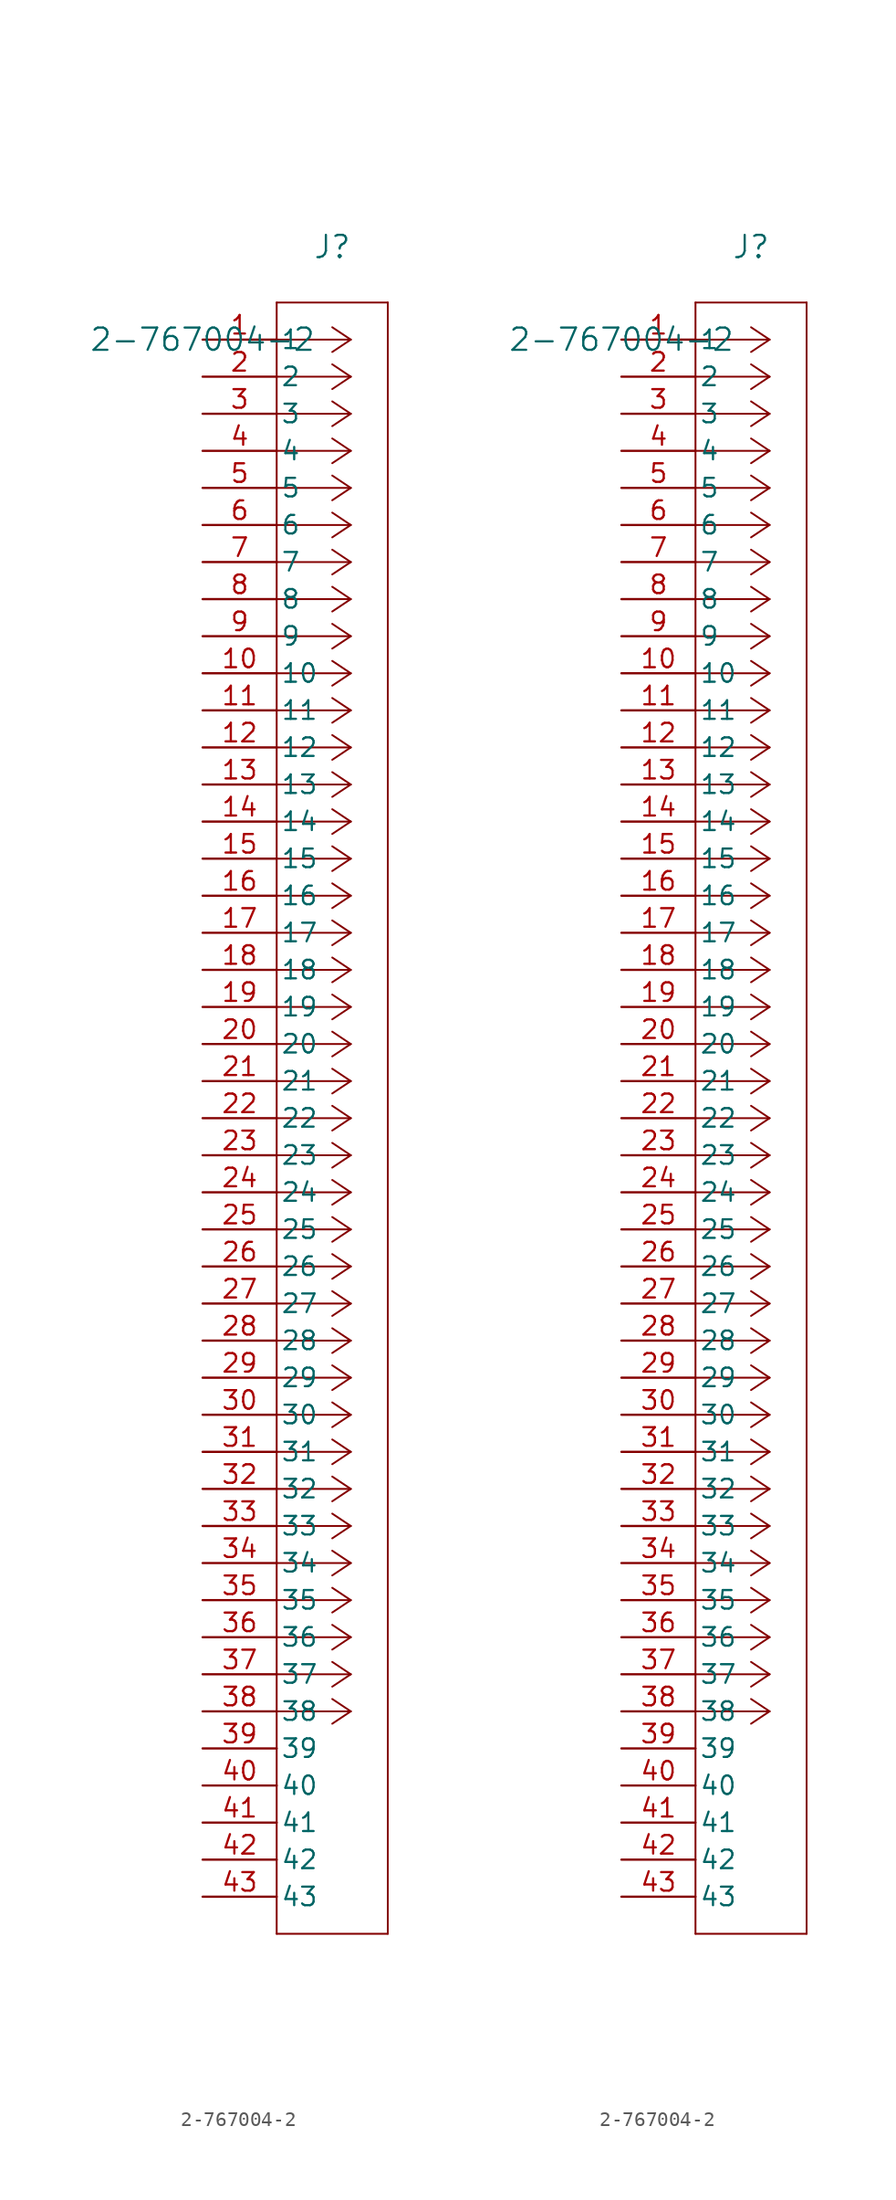
<source format=kicad_sym>
(kicad_symbol_lib
  (version 20211014)
  (generator kicad_symbol_editor)
  (symbol "2-767004-2"
    (pin_names
      (offset 0.254))
    (property "Reference" "J"
      (at 8.89 6.35 0)
      (effects (font (size 1.524 1.524))))
    (property "Value" "2-767004-2"
      (at 0 0 0)
      (effects (font (size 1.524 1.524))))
    (symbol "2-767004-2_1_1"
      (polyline (pts (xy 10.16 0) (xy 5.08 0)) (stroke (width 0.127) (type default) (color 0 0 0 0)) (fill (type none)))
      (polyline (pts (xy 10.16 -2.54) (xy 5.08 -2.54)) (stroke (width 0.127) (type default) (color 0 0 0 0)) (fill (type none)))
      (polyline (pts (xy 10.16 -5.08) (xy 5.08 -5.08)) (stroke (width 0.127) (type default) (color 0 0 0 0)) (fill (type none)))
      (polyline (pts (xy 10.16 -7.62) (xy 5.08 -7.62)) (stroke (width 0.127) (type default) (color 0 0 0 0)) (fill (type none)))
      (polyline (pts (xy 10.16 -10.16) (xy 5.08 -10.16)) (stroke (width 0.127) (type default) (color 0 0 0 0)) (fill (type none)))
      (polyline (pts (xy 10.16 -12.7) (xy 5.08 -12.7)) (stroke (width 0.127) (type default) (color 0 0 0 0)) (fill (type none)))
      (polyline (pts (xy 10.16 -15.24) (xy 5.08 -15.24)) (stroke (width 0.127) (type default) (color 0 0 0 0)) (fill (type none)))
      (polyline (pts (xy 10.16 -17.78) (xy 5.08 -17.78)) (stroke (width 0.127) (type default) (color 0 0 0 0)) (fill (type none)))
      (polyline (pts (xy 10.16 -20.32) (xy 5.08 -20.32)) (stroke (width 0.127) (type default) (color 0 0 0 0)) (fill (type none)))
      (polyline (pts (xy 10.16 -22.86) (xy 5.08 -22.86)) (stroke (width 0.127) (type default) (color 0 0 0 0)) (fill (type none)))
      (polyline (pts (xy 10.16 -25.4) (xy 5.08 -25.4)) (stroke (width 0.127) (type default) (color 0 0 0 0)) (fill (type none)))
      (polyline (pts (xy 10.16 -27.94) (xy 5.08 -27.94)) (stroke (width 0.127) (type default) (color 0 0 0 0)) (fill (type none)))
      (polyline (pts (xy 10.16 -30.48) (xy 5.08 -30.48)) (stroke (width 0.127) (type default) (color 0 0 0 0)) (fill (type none)))
      (polyline (pts (xy 10.16 -33.02) (xy 5.08 -33.02)) (stroke (width 0.127) (type default) (color 0 0 0 0)) (fill (type none)))
      (polyline (pts (xy 10.16 -35.56) (xy 5.08 -35.56)) (stroke (width 0.127) (type default) (color 0 0 0 0)) (fill (type none)))
      (polyline (pts (xy 10.16 -38.1) (xy 5.08 -38.1)) (stroke (width 0.127) (type default) (color 0 0 0 0)) (fill (type none)))
      (polyline (pts (xy 10.16 -40.64) (xy 5.08 -40.64)) (stroke (width 0.127) (type default) (color 0 0 0 0)) (fill (type none)))
      (polyline (pts (xy 10.16 -43.18) (xy 5.08 -43.18)) (stroke (width 0.127) (type default) (color 0 0 0 0)) (fill (type none)))
      (polyline (pts (xy 10.16 -45.72) (xy 5.08 -45.72)) (stroke (width 0.127) (type default) (color 0 0 0 0)) (fill (type none)))
      (polyline (pts (xy 10.16 -48.26) (xy 5.08 -48.26)) (stroke (width 0.127) (type default) (color 0 0 0 0)) (fill (type none)))
      (polyline (pts (xy 10.16 -50.8) (xy 5.08 -50.8)) (stroke (width 0.127) (type default) (color 0 0 0 0)) (fill (type none)))
      (polyline (pts (xy 10.16 -53.34) (xy 5.08 -53.34)) (stroke (width 0.127) (type default) (color 0 0 0 0)) (fill (type none)))
      (polyline (pts (xy 10.16 -55.88) (xy 5.08 -55.88)) (stroke (width 0.127) (type default) (color 0 0 0 0)) (fill (type none)))
      (polyline (pts (xy 10.16 -58.42) (xy 5.08 -58.42)) (stroke (width 0.127) (type default) (color 0 0 0 0)) (fill (type none)))
      (polyline (pts (xy 10.16 -60.96) (xy 5.08 -60.96)) (stroke (width 0.127) (type default) (color 0 0 0 0)) (fill (type none)))
      (polyline (pts (xy 10.16 -63.5) (xy 5.08 -63.5)) (stroke (width 0.127) (type default) (color 0 0 0 0)) (fill (type none)))
      (polyline (pts (xy 10.16 -66.04) (xy 5.08 -66.04)) (stroke (width 0.127) (type default) (color 0 0 0 0)) (fill (type none)))
      (polyline (pts (xy 10.16 -68.58) (xy 5.08 -68.58)) (stroke (width 0.127) (type default) (color 0 0 0 0)) (fill (type none)))
      (polyline (pts (xy 10.16 -71.12) (xy 5.08 -71.12)) (stroke (width 0.127) (type default) (color 0 0 0 0)) (fill (type none)))
      (polyline (pts (xy 10.16 -73.66) (xy 5.08 -73.66)) (stroke (width 0.127) (type default) (color 0 0 0 0)) (fill (type none)))
      (polyline (pts (xy 10.16 -76.2) (xy 5.08 -76.2)) (stroke (width 0.127) (type default) (color 0 0 0 0)) (fill (type none)))
      (polyline (pts (xy 10.16 -78.74) (xy 5.08 -78.74)) (stroke (width 0.127) (type default) (color 0 0 0 0)) (fill (type none)))
      (polyline (pts (xy 10.16 -81.28) (xy 5.08 -81.28)) (stroke (width 0.127) (type default) (color 0 0 0 0)) (fill (type none)))
      (polyline (pts (xy 10.16 -83.82) (xy 5.08 -83.82)) (stroke (width 0.127) (type default) (color 0 0 0 0)) (fill (type none)))
      (polyline (pts (xy 10.16 -86.36) (xy 5.08 -86.36)) (stroke (width 0.127) (type default) (color 0 0 0 0)) (fill (type none)))
      (polyline (pts (xy 10.16 -88.9) (xy 5.08 -88.9)) (stroke (width 0.127) (type default) (color 0 0 0 0)) (fill (type none)))
      (polyline (pts (xy 10.16 -91.44) (xy 5.08 -91.44)) (stroke (width 0.127) (type default) (color 0 0 0 0)) (fill (type none)))
      (polyline (pts (xy 10.16 -93.98) (xy 5.08 -93.98)) (stroke (width 0.127) (type default) (color 0 0 0 0)) (fill (type none)))
      (polyline (pts (xy 10.16 0) (xy 8.89 0.847)) (stroke (width 0.127) (type default) (color 0 0 0 0)) (fill (type none)))
      (polyline (pts (xy 10.16 -2.54) (xy 8.89 -1.693)) (stroke (width 0.127) (type default) (color 0 0 0 0)) (fill (type none)))
      (polyline (pts (xy 10.16 -5.08) (xy 8.89 -4.233)) (stroke (width 0.127) (type default) (color 0 0 0 0)) (fill (type none)))
      (polyline (pts (xy 10.16 -7.62) (xy 8.89 -6.773)) (stroke (width 0.127) (type default) (color 0 0 0 0)) (fill (type none)))
      (polyline (pts (xy 10.16 -10.16) (xy 8.89 -9.313)) (stroke (width 0.127) (type default) (color 0 0 0 0)) (fill (type none)))
      (polyline (pts (xy 10.16 -12.7) (xy 8.89 -11.853)) (stroke (width 0.127) (type default) (color 0 0 0 0)) (fill (type none)))
      (polyline (pts (xy 10.16 -15.24) (xy 8.89 -14.393)) (stroke (width 0.127) (type default) (color 0 0 0 0)) (fill (type none)))
      (polyline (pts (xy 10.16 -17.78) (xy 8.89 -16.933)) (stroke (width 0.127) (type default) (color 0 0 0 0)) (fill (type none)))
      (polyline (pts (xy 10.16 -20.32) (xy 8.89 -19.473)) (stroke (width 0.127) (type default) (color 0 0 0 0)) (fill (type none)))
      (polyline (pts (xy 10.16 -22.86) (xy 8.89 -22.013)) (stroke (width 0.127) (type default) (color 0 0 0 0)) (fill (type none)))
      (polyline (pts (xy 10.16 -25.4) (xy 8.89 -24.553)) (stroke (width 0.127) (type default) (color 0 0 0 0)) (fill (type none)))
      (polyline (pts (xy 10.16 -27.94) (xy 8.89 -27.093)) (stroke (width 0.127) (type default) (color 0 0 0 0)) (fill (type none)))
      (polyline (pts (xy 10.16 -30.48) (xy 8.89 -29.633)) (stroke (width 0.127) (type default) (color 0 0 0 0)) (fill (type none)))
      (polyline (pts (xy 10.16 -33.02) (xy 8.89 -32.173)) (stroke (width 0.127) (type default) (color 0 0 0 0)) (fill (type none)))
      (polyline (pts (xy 10.16 -35.56) (xy 8.89 -34.713)) (stroke (width 0.127) (type default) (color 0 0 0 0)) (fill (type none)))
      (polyline (pts (xy 10.16 -38.1) (xy 8.89 -37.253)) (stroke (width 0.127) (type default) (color 0 0 0 0)) (fill (type none)))
      (polyline (pts (xy 10.16 -40.64) (xy 8.89 -39.793)) (stroke (width 0.127) (type default) (color 0 0 0 0)) (fill (type none)))
      (polyline (pts (xy 10.16 -43.18) (xy 8.89 -42.333)) (stroke (width 0.127) (type default) (color 0 0 0 0)) (fill (type none)))
      (polyline (pts (xy 10.16 -45.72) (xy 8.89 -44.873)) (stroke (width 0.127) (type default) (color 0 0 0 0)) (fill (type none)))
      (polyline (pts (xy 10.16 -48.26) (xy 8.89 -47.413)) (stroke (width 0.127) (type default) (color 0 0 0 0)) (fill (type none)))
      (polyline (pts (xy 10.16 -50.8) (xy 8.89 -49.953)) (stroke (width 0.127) (type default) (color 0 0 0 0)) (fill (type none)))
      (polyline (pts (xy 10.16 -53.34) (xy 8.89 -52.493)) (stroke (width 0.127) (type default) (color 0 0 0 0)) (fill (type none)))
      (polyline (pts (xy 10.16 -55.88) (xy 8.89 -55.033)) (stroke (width 0.127) (type default) (color 0 0 0 0)) (fill (type none)))
      (polyline (pts (xy 10.16 -58.42) (xy 8.89 -57.573)) (stroke (width 0.127) (type default) (color 0 0 0 0)) (fill (type none)))
      (polyline (pts (xy 10.16 -60.96) (xy 8.89 -60.113)) (stroke (width 0.127) (type default) (color 0 0 0 0)) (fill (type none)))
      (polyline (pts (xy 10.16 -63.5) (xy 8.89 -62.653)) (stroke (width 0.127) (type default) (color 0 0 0 0)) (fill (type none)))
      (polyline (pts (xy 10.16 -66.04) (xy 8.89 -65.193)) (stroke (width 0.127) (type default) (color 0 0 0 0)) (fill (type none)))
      (polyline (pts (xy 10.16 -68.58) (xy 8.89 -67.733)) (stroke (width 0.127) (type default) (color 0 0 0 0)) (fill (type none)))
      (polyline (pts (xy 10.16 -71.12) (xy 8.89 -70.273)) (stroke (width 0.127) (type default) (color 0 0 0 0)) (fill (type none)))
      (polyline (pts (xy 10.16 -73.66) (xy 8.89 -72.813)) (stroke (width 0.127) (type default) (color 0 0 0 0)) (fill (type none)))
      (polyline (pts (xy 10.16 -76.2) (xy 8.89 -75.353)) (stroke (width 0.127) (type default) (color 0 0 0 0)) (fill (type none)))
      (polyline (pts (xy 10.16 -78.74) (xy 8.89 -77.893)) (stroke (width 0.127) (type default) (color 0 0 0 0)) (fill (type none)))
      (polyline (pts (xy 10.16 -81.28) (xy 8.89 -80.433)) (stroke (width 0.127) (type default) (color 0 0 0 0)) (fill (type none)))
      (polyline (pts (xy 10.16 -83.82) (xy 8.89 -82.973)) (stroke (width 0.127) (type default) (color 0 0 0 0)) (fill (type none)))
      (polyline (pts (xy 10.16 -86.36) (xy 8.89 -85.513)) (stroke (width 0.127) (type default) (color 0 0 0 0)) (fill (type none)))
      (polyline (pts (xy 10.16 -88.9) (xy 8.89 -88.053)) (stroke (width 0.127) (type default) (color 0 0 0 0)) (fill (type none)))
      (polyline (pts (xy 10.16 -91.44) (xy 8.89 -90.593)) (stroke (width 0.127) (type default) (color 0 0 0 0)) (fill (type none)))
      (polyline (pts (xy 10.16 -93.98) (xy 8.89 -93.133)) (stroke (width 0.127) (type default) (color 0 0 0 0)) (fill (type none)))
      (polyline (pts (xy 10.16 0) (xy 8.89 -0.847)) (stroke (width 0.127) (type default) (color 0 0 0 0)) (fill (type none)))
      (polyline (pts (xy 10.16 -2.54) (xy 8.89 -3.387)) (stroke (width 0.127) (type default) (color 0 0 0 0)) (fill (type none)))
      (polyline (pts (xy 10.16 -5.08) (xy 8.89 -5.927)) (stroke (width 0.127) (type default) (color 0 0 0 0)) (fill (type none)))
      (polyline (pts (xy 10.16 -7.62) (xy 8.89 -8.467)) (stroke (width 0.127) (type default) (color 0 0 0 0)) (fill (type none)))
      (polyline (pts (xy 10.16 -10.16) (xy 8.89 -11.007)) (stroke (width 0.127) (type default) (color 0 0 0 0)) (fill (type none)))
      (polyline (pts (xy 10.16 -12.7) (xy 8.89 -13.547)) (stroke (width 0.127) (type default) (color 0 0 0 0)) (fill (type none)))
      (polyline (pts (xy 10.16 -15.24) (xy 8.89 -16.087)) (stroke (width 0.127) (type default) (color 0 0 0 0)) (fill (type none)))
      (polyline (pts (xy 10.16 -17.78) (xy 8.89 -18.627)) (stroke (width 0.127) (type default) (color 0 0 0 0)) (fill (type none)))
      (polyline (pts (xy 10.16 -20.32) (xy 8.89 -21.167)) (stroke (width 0.127) (type default) (color 0 0 0 0)) (fill (type none)))
      (polyline (pts (xy 10.16 -22.86) (xy 8.89 -23.707)) (stroke (width 0.127) (type default) (color 0 0 0 0)) (fill (type none)))
      (polyline (pts (xy 10.16 -25.4) (xy 8.89 -26.247)) (stroke (width 0.127) (type default) (color 0 0 0 0)) (fill (type none)))
      (polyline (pts (xy 10.16 -27.94) (xy 8.89 -28.787)) (stroke (width 0.127) (type default) (color 0 0 0 0)) (fill (type none)))
      (polyline (pts (xy 10.16 -30.48) (xy 8.89 -31.327)) (stroke (width 0.127) (type default) (color 0 0 0 0)) (fill (type none)))
      (polyline (pts (xy 10.16 -33.02) (xy 8.89 -33.867)) (stroke (width 0.127) (type default) (color 0 0 0 0)) (fill (type none)))
      (polyline (pts (xy 10.16 -35.56) (xy 8.89 -36.407)) (stroke (width 0.127) (type default) (color 0 0 0 0)) (fill (type none)))
      (polyline (pts (xy 10.16 -38.1) (xy 8.89 -38.947)) (stroke (width 0.127) (type default) (color 0 0 0 0)) (fill (type none)))
      (polyline (pts (xy 10.16 -40.64) (xy 8.89 -41.487)) (stroke (width 0.127) (type default) (color 0 0 0 0)) (fill (type none)))
      (polyline (pts (xy 10.16 -43.18) (xy 8.89 -44.027)) (stroke (width 0.127) (type default) (color 0 0 0 0)) (fill (type none)))
      (polyline (pts (xy 10.16 -45.72) (xy 8.89 -46.567)) (stroke (width 0.127) (type default) (color 0 0 0 0)) (fill (type none)))
      (polyline (pts (xy 10.16 -48.26) (xy 8.89 -49.107)) (stroke (width 0.127) (type default) (color 0 0 0 0)) (fill (type none)))
      (polyline (pts (xy 10.16 -50.8) (xy 8.89 -51.647)) (stroke (width 0.127) (type default) (color 0 0 0 0)) (fill (type none)))
      (polyline (pts (xy 10.16 -53.34) (xy 8.89 -54.187)) (stroke (width 0.127) (type default) (color 0 0 0 0)) (fill (type none)))
      (polyline (pts (xy 10.16 -55.88) (xy 8.89 -56.727)) (stroke (width 0.127) (type default) (color 0 0 0 0)) (fill (type none)))
      (polyline (pts (xy 10.16 -58.42) (xy 8.89 -59.267)) (stroke (width 0.127) (type default) (color 0 0 0 0)) (fill (type none)))
      (polyline (pts (xy 10.16 -60.96) (xy 8.89 -61.807)) (stroke (width 0.127) (type default) (color 0 0 0 0)) (fill (type none)))
      (polyline (pts (xy 10.16 -63.5) (xy 8.89 -64.347)) (stroke (width 0.127) (type default) (color 0 0 0 0)) (fill (type none)))
      (polyline (pts (xy 10.16 -66.04) (xy 8.89 -66.887)) (stroke (width 0.127) (type default) (color 0 0 0 0)) (fill (type none)))
      (polyline (pts (xy 10.16 -68.58) (xy 8.89 -69.427)) (stroke (width 0.127) (type default) (color 0 0 0 0)) (fill (type none)))
      (polyline (pts (xy 10.16 -71.12) (xy 8.89 -71.967)) (stroke (width 0.127) (type default) (color 0 0 0 0)) (fill (type none)))
      (polyline (pts (xy 10.16 -73.66) (xy 8.89 -74.507)) (stroke (width 0.127) (type default) (color 0 0 0 0)) (fill (type none)))
      (polyline (pts (xy 10.16 -76.2) (xy 8.89 -77.047)) (stroke (width 0.127) (type default) (color 0 0 0 0)) (fill (type none)))
      (polyline (pts (xy 10.16 -78.74) (xy 8.89 -79.587)) (stroke (width 0.127) (type default) (color 0 0 0 0)) (fill (type none)))
      (polyline (pts (xy 10.16 -81.28) (xy 8.89 -82.127)) (stroke (width 0.127) (type default) (color 0 0 0 0)) (fill (type none)))
      (polyline (pts (xy 10.16 -83.82) (xy 8.89 -84.667)) (stroke (width 0.127) (type default) (color 0 0 0 0)) (fill (type none)))
      (polyline (pts (xy 10.16 -86.36) (xy 8.89 -87.207)) (stroke (width 0.127) (type default) (color 0 0 0 0)) (fill (type none)))
      (polyline (pts (xy 10.16 -88.9) (xy 8.89 -89.747)) (stroke (width 0.127) (type default) (color 0 0 0 0)) (fill (type none)))
      (polyline (pts (xy 10.16 -91.44) (xy 8.89 -92.287)) (stroke (width 0.127) (type default) (color 0 0 0 0)) (fill (type none)))
      (polyline (pts (xy 10.16 -93.98) (xy 8.89 -94.827)) (stroke (width 0.127) (type default) (color 0 0 0 0)) (fill (type none)))
      (polyline (pts (xy 5.08 2.54) (xy 5.08 -109.22)) (stroke (width 0.127) (type default) (color 0 0 0 0)) (fill (type none)))
      (polyline (pts (xy 5.08 -109.22) (xy 12.7 -109.22)) (stroke (width 0.127) (type default) (color 0 0 0 0)) (fill (type none)))
      (polyline (pts (xy 12.7 -109.22) (xy 12.7 2.54)) (stroke (width 0.127) (type default) (color 0 0 0 0)) (fill (type none)))
      (polyline (pts (xy 12.7 2.54) (xy 5.08 2.54)) (stroke (width 0.127) (type default) (color 0 0 0 0)) (fill (type none)))
      (pin unspecified line (at 0 0 0) (length 5.08) (name "1" (effects (font (size 1.27 1.27)))) (number "1" (effects (font (size 1.27 1.27)))))
      (pin unspecified line (at 0 -2.54 0) (length 5.08) (name "2" (effects (font (size 1.27 1.27)))) (number "2" (effects (font (size 1.27 1.27)))))
      (pin unspecified line (at 0 -5.08 0) (length 5.08) (name "3" (effects (font (size 1.27 1.27)))) (number "3" (effects (font (size 1.27 1.27)))))
      (pin unspecified line (at 0 -7.62 0) (length 5.08) (name "4" (effects (font (size 1.27 1.27)))) (number "4" (effects (font (size 1.27 1.27)))))
      (pin unspecified line (at 0 -10.16 0) (length 5.08) (name "5" (effects (font (size 1.27 1.27)))) (number "5" (effects (font (size 1.27 1.27)))))
      (pin unspecified line (at 0 -12.7 0) (length 5.08) (name "6" (effects (font (size 1.27 1.27)))) (number "6" (effects (font (size 1.27 1.27)))))
      (pin unspecified line (at 0 -15.24 0) (length 5.08) (name "7" (effects (font (size 1.27 1.27)))) (number "7" (effects (font (size 1.27 1.27)))))
      (pin unspecified line (at 0 -17.78 0) (length 5.08) (name "8" (effects (font (size 1.27 1.27)))) (number "8" (effects (font (size 1.27 1.27)))))
      (pin unspecified line (at 0 -20.32 0) (length 5.08) (name "9" (effects (font (size 1.27 1.27)))) (number "9" (effects (font (size 1.27 1.27)))))
      (pin unspecified line (at 0 -22.86 0) (length 5.08) (name "10" (effects (font (size 1.27 1.27)))) (number "10" (effects (font (size 1.27 1.27)))))
      (pin unspecified line (at 0 -25.4 0) (length 5.08) (name "11" (effects (font (size 1.27 1.27)))) (number "11" (effects (font (size 1.27 1.27)))))
      (pin unspecified line (at 0 -27.94 0) (length 5.08) (name "12" (effects (font (size 1.27 1.27)))) (number "12" (effects (font (size 1.27 1.27)))))
      (pin unspecified line (at 0 -30.48 0) (length 5.08) (name "13" (effects (font (size 1.27 1.27)))) (number "13" (effects (font (size 1.27 1.27)))))
      (pin unspecified line (at 0 -33.02 0) (length 5.08) (name "14" (effects (font (size 1.27 1.27)))) (number "14" (effects (font (size 1.27 1.27)))))
      (pin unspecified line (at 0 -35.56 0) (length 5.08) (name "15" (effects (font (size 1.27 1.27)))) (number "15" (effects (font (size 1.27 1.27)))))
      (pin unspecified line (at 0 -38.1 0) (length 5.08) (name "16" (effects (font (size 1.27 1.27)))) (number "16" (effects (font (size 1.27 1.27)))))
      (pin unspecified line (at 0 -40.64 0) (length 5.08) (name "17" (effects (font (size 1.27 1.27)))) (number "17" (effects (font (size 1.27 1.27)))))
      (pin unspecified line (at 0 -43.18 0) (length 5.08) (name "18" (effects (font (size 1.27 1.27)))) (number "18" (effects (font (size 1.27 1.27)))))
      (pin unspecified line (at 0 -45.72 0) (length 5.08) (name "19" (effects (font (size 1.27 1.27)))) (number "19" (effects (font (size 1.27 1.27)))))
      (pin unspecified line (at 0 -48.26 0) (length 5.08) (name "20" (effects (font (size 1.27 1.27)))) (number "20" (effects (font (size 1.27 1.27)))))
      (pin unspecified line (at 0 -50.8 0) (length 5.08) (name "21" (effects (font (size 1.27 1.27)))) (number "21" (effects (font (size 1.27 1.27)))))
      (pin unspecified line (at 0 -53.34 0) (length 5.08) (name "22" (effects (font (size 1.27 1.27)))) (number "22" (effects (font (size 1.27 1.27)))))
      (pin unspecified line (at 0 -55.88 0) (length 5.08) (name "23" (effects (font (size 1.27 1.27)))) (number "23" (effects (font (size 1.27 1.27)))))
      (pin unspecified line (at 0 -58.42 0) (length 5.08) (name "24" (effects (font (size 1.27 1.27)))) (number "24" (effects (font (size 1.27 1.27)))))
      (pin unspecified line (at 0 -60.96 0) (length 5.08) (name "25" (effects (font (size 1.27 1.27)))) (number "25" (effects (font (size 1.27 1.27)))))
      (pin unspecified line (at 0 -63.5 0) (length 5.08) (name "26" (effects (font (size 1.27 1.27)))) (number "26" (effects (font (size 1.27 1.27)))))
      (pin unspecified line (at 0 -66.04 0) (length 5.08) (name "27" (effects (font (size 1.27 1.27)))) (number "27" (effects (font (size 1.27 1.27)))))
      (pin unspecified line (at 0 -68.58 0) (length 5.08) (name "28" (effects (font (size 1.27 1.27)))) (number "28" (effects (font (size 1.27 1.27)))))
      (pin unspecified line (at 0 -71.12 0) (length 5.08) (name "29" (effects (font (size 1.27 1.27)))) (number "29" (effects (font (size 1.27 1.27)))))
      (pin unspecified line (at 0 -73.66 0) (length 5.08) (name "30" (effects (font (size 1.27 1.27)))) (number "30" (effects (font (size 1.27 1.27)))))
      (pin unspecified line (at 0 -76.2 0) (length 5.08) (name "31" (effects (font (size 1.27 1.27)))) (number "31" (effects (font (size 1.27 1.27)))))
      (pin unspecified line (at 0 -78.74 0) (length 5.08) (name "32" (effects (font (size 1.27 1.27)))) (number "32" (effects (font (size 1.27 1.27)))))
      (pin unspecified line (at 0 -81.28 0) (length 5.08) (name "33" (effects (font (size 1.27 1.27)))) (number "33" (effects (font (size 1.27 1.27)))))
      (pin unspecified line (at 0 -83.82 0) (length 5.08) (name "34" (effects (font (size 1.27 1.27)))) (number "34" (effects (font (size 1.27 1.27)))))
      (pin unspecified line (at 0 -86.36 0) (length 5.08) (name "35" (effects (font (size 1.27 1.27)))) (number "35" (effects (font (size 1.27 1.27)))))
      (pin unspecified line (at 0 -88.9 0) (length 5.08) (name "36" (effects (font (size 1.27 1.27)))) (number "36" (effects (font (size 1.27 1.27)))))
      (pin unspecified line (at 0 -91.44 0) (length 5.08) (name "37" (effects (font (size 1.27 1.27)))) (number "37" (effects (font (size 1.27 1.27)))))
      (pin unspecified line (at 0 -93.98 0) (length 5.08) (name "38" (effects (font (size 1.27 1.27)))) (number "38" (effects (font (size 1.27 1.27)))))
      (pin unspecified line (at 0 -96.52 0) (length 5.08) (name "39" (effects (font (size 1.27 1.27)))) (number "39" (effects (font (size 1.27 1.27)))))
      (pin unspecified line (at 0 -99.06 0) (length 5.08) (name "40" (effects (font (size 1.27 1.27)))) (number "40" (effects (font (size 1.27 1.27)))))
      (pin unspecified line (at 0 -101.6 0) (length 5.08) (name "41" (effects (font (size 1.27 1.27)))) (number "41" (effects (font (size 1.27 1.27)))))
      (pin unspecified line (at 0 -104.14 0) (length 5.08) (name "42" (effects (font (size 1.27 1.27)))) (number "42" (effects (font (size 1.27 1.27)))))
      (pin unspecified line (at 0 -106.68 0) (length 5.08) (name "43" (effects (font (size 1.27 1.27)))) (number "43" (effects (font (size 1.27 1.27))))))
    (symbol "2-767004-2_1_2"
      (polyline (pts (xy 10.16 0) (xy 5.08 0)) (stroke (width 0.127) (type default) (color 0 0 0 0)) (fill (type none)))
      (polyline (pts (xy 10.16 -2.54) (xy 5.08 -2.54)) (stroke (width 0.127) (type default) (color 0 0 0 0)) (fill (type none)))
      (polyline (pts (xy 10.16 -5.08) (xy 5.08 -5.08)) (stroke (width 0.127) (type default) (color 0 0 0 0)) (fill (type none)))
      (polyline (pts (xy 10.16 -7.62) (xy 5.08 -7.62)) (stroke (width 0.127) (type default) (color 0 0 0 0)) (fill (type none)))
      (polyline (pts (xy 10.16 -10.16) (xy 5.08 -10.16)) (stroke (width 0.127) (type default) (color 0 0 0 0)) (fill (type none)))
      (polyline (pts (xy 10.16 -12.7) (xy 5.08 -12.7)) (stroke (width 0.127) (type default) (color 0 0 0 0)) (fill (type none)))
      (polyline (pts (xy 10.16 -15.24) (xy 5.08 -15.24)) (stroke (width 0.127) (type default) (color 0 0 0 0)) (fill (type none)))
      (polyline (pts (xy 10.16 -17.78) (xy 5.08 -17.78)) (stroke (width 0.127) (type default) (color 0 0 0 0)) (fill (type none)))
      (polyline (pts (xy 10.16 -20.32) (xy 5.08 -20.32)) (stroke (width 0.127) (type default) (color 0 0 0 0)) (fill (type none)))
      (polyline (pts (xy 10.16 -22.86) (xy 5.08 -22.86)) (stroke (width 0.127) (type default) (color 0 0 0 0)) (fill (type none)))
      (polyline (pts (xy 10.16 -25.4) (xy 5.08 -25.4)) (stroke (width 0.127) (type default) (color 0 0 0 0)) (fill (type none)))
      (polyline (pts (xy 10.16 -27.94) (xy 5.08 -27.94)) (stroke (width 0.127) (type default) (color 0 0 0 0)) (fill (type none)))
      (polyline (pts (xy 10.16 -30.48) (xy 5.08 -30.48)) (stroke (width 0.127) (type default) (color 0 0 0 0)) (fill (type none)))
      (polyline (pts (xy 10.16 -33.02) (xy 5.08 -33.02)) (stroke (width 0.127) (type default) (color 0 0 0 0)) (fill (type none)))
      (polyline (pts (xy 10.16 -35.56) (xy 5.08 -35.56)) (stroke (width 0.127) (type default) (color 0 0 0 0)) (fill (type none)))
      (polyline (pts (xy 10.16 -38.1) (xy 5.08 -38.1)) (stroke (width 0.127) (type default) (color 0 0 0 0)) (fill (type none)))
      (polyline (pts (xy 10.16 -40.64) (xy 5.08 -40.64)) (stroke (width 0.127) (type default) (color 0 0 0 0)) (fill (type none)))
      (polyline (pts (xy 10.16 -43.18) (xy 5.08 -43.18)) (stroke (width 0.127) (type default) (color 0 0 0 0)) (fill (type none)))
      (polyline (pts (xy 10.16 -45.72) (xy 5.08 -45.72)) (stroke (width 0.127) (type default) (color 0 0 0 0)) (fill (type none)))
      (polyline (pts (xy 10.16 -48.26) (xy 5.08 -48.26)) (stroke (width 0.127) (type default) (color 0 0 0 0)) (fill (type none)))
      (polyline (pts (xy 10.16 -50.8) (xy 5.08 -50.8)) (stroke (width 0.127) (type default) (color 0 0 0 0)) (fill (type none)))
      (polyline (pts (xy 10.16 -53.34) (xy 5.08 -53.34)) (stroke (width 0.127) (type default) (color 0 0 0 0)) (fill (type none)))
      (polyline (pts (xy 10.16 -55.88) (xy 5.08 -55.88)) (stroke (width 0.127) (type default) (color 0 0 0 0)) (fill (type none)))
      (polyline (pts (xy 10.16 -58.42) (xy 5.08 -58.42)) (stroke (width 0.127) (type default) (color 0 0 0 0)) (fill (type none)))
      (polyline (pts (xy 10.16 -60.96) (xy 5.08 -60.96)) (stroke (width 0.127) (type default) (color 0 0 0 0)) (fill (type none)))
      (polyline (pts (xy 10.16 -63.5) (xy 5.08 -63.5)) (stroke (width 0.127) (type default) (color 0 0 0 0)) (fill (type none)))
      (polyline (pts (xy 10.16 -66.04) (xy 5.08 -66.04)) (stroke (width 0.127) (type default) (color 0 0 0 0)) (fill (type none)))
      (polyline (pts (xy 10.16 -68.58) (xy 5.08 -68.58)) (stroke (width 0.127) (type default) (color 0 0 0 0)) (fill (type none)))
      (polyline (pts (xy 10.16 -71.12) (xy 5.08 -71.12)) (stroke (width 0.127) (type default) (color 0 0 0 0)) (fill (type none)))
      (polyline (pts (xy 10.16 -73.66) (xy 5.08 -73.66)) (stroke (width 0.127) (type default) (color 0 0 0 0)) (fill (type none)))
      (polyline (pts (xy 10.16 -76.2) (xy 5.08 -76.2)) (stroke (width 0.127) (type default) (color 0 0 0 0)) (fill (type none)))
      (polyline (pts (xy 10.16 -78.74) (xy 5.08 -78.74)) (stroke (width 0.127) (type default) (color 0 0 0 0)) (fill (type none)))
      (polyline (pts (xy 10.16 -81.28) (xy 5.08 -81.28)) (stroke (width 0.127) (type default) (color 0 0 0 0)) (fill (type none)))
      (polyline (pts (xy 10.16 -83.82) (xy 5.08 -83.82)) (stroke (width 0.127) (type default) (color 0 0 0 0)) (fill (type none)))
      (polyline (pts (xy 10.16 -86.36) (xy 5.08 -86.36)) (stroke (width 0.127) (type default) (color 0 0 0 0)) (fill (type none)))
      (polyline (pts (xy 10.16 -88.9) (xy 5.08 -88.9)) (stroke (width 0.127) (type default) (color 0 0 0 0)) (fill (type none)))
      (polyline (pts (xy 10.16 -91.44) (xy 5.08 -91.44)) (stroke (width 0.127) (type default) (color 0 0 0 0)) (fill (type none)))
      (polyline (pts (xy 10.16 -93.98) (xy 5.08 -93.98)) (stroke (width 0.127) (type default) (color 0 0 0 0)) (fill (type none)))
      (polyline (pts (xy 10.16 0) (xy 8.89 0.847)) (stroke (width 0.127) (type default) (color 0 0 0 0)) (fill (type none)))
      (polyline (pts (xy 10.16 -2.54) (xy 8.89 -1.693)) (stroke (width 0.127) (type default) (color 0 0 0 0)) (fill (type none)))
      (polyline (pts (xy 10.16 -5.08) (xy 8.89 -4.233)) (stroke (width 0.127) (type default) (color 0 0 0 0)) (fill (type none)))
      (polyline (pts (xy 10.16 -7.62) (xy 8.89 -6.773)) (stroke (width 0.127) (type default) (color 0 0 0 0)) (fill (type none)))
      (polyline (pts (xy 10.16 -10.16) (xy 8.89 -9.313)) (stroke (width 0.127) (type default) (color 0 0 0 0)) (fill (type none)))
      (polyline (pts (xy 10.16 -12.7) (xy 8.89 -11.853)) (stroke (width 0.127) (type default) (color 0 0 0 0)) (fill (type none)))
      (polyline (pts (xy 10.16 -15.24) (xy 8.89 -14.393)) (stroke (width 0.127) (type default) (color 0 0 0 0)) (fill (type none)))
      (polyline (pts (xy 10.16 -17.78) (xy 8.89 -16.933)) (stroke (width 0.127) (type default) (color 0 0 0 0)) (fill (type none)))
      (polyline (pts (xy 10.16 -20.32) (xy 8.89 -19.473)) (stroke (width 0.127) (type default) (color 0 0 0 0)) (fill (type none)))
      (polyline (pts (xy 10.16 -22.86) (xy 8.89 -22.013)) (stroke (width 0.127) (type default) (color 0 0 0 0)) (fill (type none)))
      (polyline (pts (xy 10.16 -25.4) (xy 8.89 -24.553)) (stroke (width 0.127) (type default) (color 0 0 0 0)) (fill (type none)))
      (polyline (pts (xy 10.16 -27.94) (xy 8.89 -27.093)) (stroke (width 0.127) (type default) (color 0 0 0 0)) (fill (type none)))
      (polyline (pts (xy 10.16 -30.48) (xy 8.89 -29.633)) (stroke (width 0.127) (type default) (color 0 0 0 0)) (fill (type none)))
      (polyline (pts (xy 10.16 -33.02) (xy 8.89 -32.173)) (stroke (width 0.127) (type default) (color 0 0 0 0)) (fill (type none)))
      (polyline (pts (xy 10.16 -35.56) (xy 8.89 -34.713)) (stroke (width 0.127) (type default) (color 0 0 0 0)) (fill (type none)))
      (polyline (pts (xy 10.16 -38.1) (xy 8.89 -37.253)) (stroke (width 0.127) (type default) (color 0 0 0 0)) (fill (type none)))
      (polyline (pts (xy 10.16 -40.64) (xy 8.89 -39.793)) (stroke (width 0.127) (type default) (color 0 0 0 0)) (fill (type none)))
      (polyline (pts (xy 10.16 -43.18) (xy 8.89 -42.333)) (stroke (width 0.127) (type default) (color 0 0 0 0)) (fill (type none)))
      (polyline (pts (xy 10.16 -45.72) (xy 8.89 -44.873)) (stroke (width 0.127) (type default) (color 0 0 0 0)) (fill (type none)))
      (polyline (pts (xy 10.16 -48.26) (xy 8.89 -47.413)) (stroke (width 0.127) (type default) (color 0 0 0 0)) (fill (type none)))
      (polyline (pts (xy 10.16 -50.8) (xy 8.89 -49.953)) (stroke (width 0.127) (type default) (color 0 0 0 0)) (fill (type none)))
      (polyline (pts (xy 10.16 -53.34) (xy 8.89 -52.493)) (stroke (width 0.127) (type default) (color 0 0 0 0)) (fill (type none)))
      (polyline (pts (xy 10.16 -55.88) (xy 8.89 -55.033)) (stroke (width 0.127) (type default) (color 0 0 0 0)) (fill (type none)))
      (polyline (pts (xy 10.16 -58.42) (xy 8.89 -57.573)) (stroke (width 0.127) (type default) (color 0 0 0 0)) (fill (type none)))
      (polyline (pts (xy 10.16 -60.96) (xy 8.89 -60.113)) (stroke (width 0.127) (type default) (color 0 0 0 0)) (fill (type none)))
      (polyline (pts (xy 10.16 -63.5) (xy 8.89 -62.653)) (stroke (width 0.127) (type default) (color 0 0 0 0)) (fill (type none)))
      (polyline (pts (xy 10.16 -66.04) (xy 8.89 -65.193)) (stroke (width 0.127) (type default) (color 0 0 0 0)) (fill (type none)))
      (polyline (pts (xy 10.16 -68.58) (xy 8.89 -67.733)) (stroke (width 0.127) (type default) (color 0 0 0 0)) (fill (type none)))
      (polyline (pts (xy 10.16 -71.12) (xy 8.89 -70.273)) (stroke (width 0.127) (type default) (color 0 0 0 0)) (fill (type none)))
      (polyline (pts (xy 10.16 -73.66) (xy 8.89 -72.813)) (stroke (width 0.127) (type default) (color 0 0 0 0)) (fill (type none)))
      (polyline (pts (xy 10.16 -76.2) (xy 8.89 -75.353)) (stroke (width 0.127) (type default) (color 0 0 0 0)) (fill (type none)))
      (polyline (pts (xy 10.16 -78.74) (xy 8.89 -77.893)) (stroke (width 0.127) (type default) (color 0 0 0 0)) (fill (type none)))
      (polyline (pts (xy 10.16 -81.28) (xy 8.89 -80.433)) (stroke (width 0.127) (type default) (color 0 0 0 0)) (fill (type none)))
      (polyline (pts (xy 10.16 -83.82) (xy 8.89 -82.973)) (stroke (width 0.127) (type default) (color 0 0 0 0)) (fill (type none)))
      (polyline (pts (xy 10.16 -86.36) (xy 8.89 -85.513)) (stroke (width 0.127) (type default) (color 0 0 0 0)) (fill (type none)))
      (polyline (pts (xy 10.16 -88.9) (xy 8.89 -88.053)) (stroke (width 0.127) (type default) (color 0 0 0 0)) (fill (type none)))
      (polyline (pts (xy 10.16 -91.44) (xy 8.89 -90.593)) (stroke (width 0.127) (type default) (color 0 0 0 0)) (fill (type none)))
      (polyline (pts (xy 10.16 -93.98) (xy 8.89 -93.133)) (stroke (width 0.127) (type default) (color 0 0 0 0)) (fill (type none)))
      (polyline (pts (xy 10.16 0) (xy 8.89 -0.847)) (stroke (width 0.127) (type default) (color 0 0 0 0)) (fill (type none)))
      (polyline (pts (xy 10.16 -2.54) (xy 8.89 -3.387)) (stroke (width 0.127) (type default) (color 0 0 0 0)) (fill (type none)))
      (polyline (pts (xy 10.16 -5.08) (xy 8.89 -5.927)) (stroke (width 0.127) (type default) (color 0 0 0 0)) (fill (type none)))
      (polyline (pts (xy 10.16 -7.62) (xy 8.89 -8.467)) (stroke (width 0.127) (type default) (color 0 0 0 0)) (fill (type none)))
      (polyline (pts (xy 10.16 -10.16) (xy 8.89 -11.007)) (stroke (width 0.127) (type default) (color 0 0 0 0)) (fill (type none)))
      (polyline (pts (xy 10.16 -12.7) (xy 8.89 -13.547)) (stroke (width 0.127) (type default) (color 0 0 0 0)) (fill (type none)))
      (polyline (pts (xy 10.16 -15.24) (xy 8.89 -16.087)) (stroke (width 0.127) (type default) (color 0 0 0 0)) (fill (type none)))
      (polyline (pts (xy 10.16 -17.78) (xy 8.89 -18.627)) (stroke (width 0.127) (type default) (color 0 0 0 0)) (fill (type none)))
      (polyline (pts (xy 10.16 -20.32) (xy 8.89 -21.167)) (stroke (width 0.127) (type default) (color 0 0 0 0)) (fill (type none)))
      (polyline (pts (xy 10.16 -22.86) (xy 8.89 -23.707)) (stroke (width 0.127) (type default) (color 0 0 0 0)) (fill (type none)))
      (polyline (pts (xy 10.16 -25.4) (xy 8.89 -26.247)) (stroke (width 0.127) (type default) (color 0 0 0 0)) (fill (type none)))
      (polyline (pts (xy 10.16 -27.94) (xy 8.89 -28.787)) (stroke (width 0.127) (type default) (color 0 0 0 0)) (fill (type none)))
      (polyline (pts (xy 10.16 -30.48) (xy 8.89 -31.327)) (stroke (width 0.127) (type default) (color 0 0 0 0)) (fill (type none)))
      (polyline (pts (xy 10.16 -33.02) (xy 8.89 -33.867)) (stroke (width 0.127) (type default) (color 0 0 0 0)) (fill (type none)))
      (polyline (pts (xy 10.16 -35.56) (xy 8.89 -36.407)) (stroke (width 0.127) (type default) (color 0 0 0 0)) (fill (type none)))
      (polyline (pts (xy 10.16 -38.1) (xy 8.89 -38.947)) (stroke (width 0.127) (type default) (color 0 0 0 0)) (fill (type none)))
      (polyline (pts (xy 10.16 -40.64) (xy 8.89 -41.487)) (stroke (width 0.127) (type default) (color 0 0 0 0)) (fill (type none)))
      (polyline (pts (xy 10.16 -43.18) (xy 8.89 -44.027)) (stroke (width 0.127) (type default) (color 0 0 0 0)) (fill (type none)))
      (polyline (pts (xy 10.16 -45.72) (xy 8.89 -46.567)) (stroke (width 0.127) (type default) (color 0 0 0 0)) (fill (type none)))
      (polyline (pts (xy 10.16 -48.26) (xy 8.89 -49.107)) (stroke (width 0.127) (type default) (color 0 0 0 0)) (fill (type none)))
      (polyline (pts (xy 10.16 -50.8) (xy 8.89 -51.647)) (stroke (width 0.127) (type default) (color 0 0 0 0)) (fill (type none)))
      (polyline (pts (xy 10.16 -53.34) (xy 8.89 -54.187)) (stroke (width 0.127) (type default) (color 0 0 0 0)) (fill (type none)))
      (polyline (pts (xy 10.16 -55.88) (xy 8.89 -56.727)) (stroke (width 0.127) (type default) (color 0 0 0 0)) (fill (type none)))
      (polyline (pts (xy 10.16 -58.42) (xy 8.89 -59.267)) (stroke (width 0.127) (type default) (color 0 0 0 0)) (fill (type none)))
      (polyline (pts (xy 10.16 -60.96) (xy 8.89 -61.807)) (stroke (width 0.127) (type default) (color 0 0 0 0)) (fill (type none)))
      (polyline (pts (xy 10.16 -63.5) (xy 8.89 -64.347)) (stroke (width 0.127) (type default) (color 0 0 0 0)) (fill (type none)))
      (polyline (pts (xy 10.16 -66.04) (xy 8.89 -66.887)) (stroke (width 0.127) (type default) (color 0 0 0 0)) (fill (type none)))
      (polyline (pts (xy 10.16 -68.58) (xy 8.89 -69.427)) (stroke (width 0.127) (type default) (color 0 0 0 0)) (fill (type none)))
      (polyline (pts (xy 10.16 -71.12) (xy 8.89 -71.967)) (stroke (width 0.127) (type default) (color 0 0 0 0)) (fill (type none)))
      (polyline (pts (xy 10.16 -73.66) (xy 8.89 -74.507)) (stroke (width 0.127) (type default) (color 0 0 0 0)) (fill (type none)))
      (polyline (pts (xy 10.16 -76.2) (xy 8.89 -77.047)) (stroke (width 0.127) (type default) (color 0 0 0 0)) (fill (type none)))
      (polyline (pts (xy 10.16 -78.74) (xy 8.89 -79.587)) (stroke (width 0.127) (type default) (color 0 0 0 0)) (fill (type none)))
      (polyline (pts (xy 10.16 -81.28) (xy 8.89 -82.127)) (stroke (width 0.127) (type default) (color 0 0 0 0)) (fill (type none)))
      (polyline (pts (xy 10.16 -83.82) (xy 8.89 -84.667)) (stroke (width 0.127) (type default) (color 0 0 0 0)) (fill (type none)))
      (polyline (pts (xy 10.16 -86.36) (xy 8.89 -87.207)) (stroke (width 0.127) (type default) (color 0 0 0 0)) (fill (type none)))
      (polyline (pts (xy 10.16 -88.9) (xy 8.89 -89.747)) (stroke (width 0.127) (type default) (color 0 0 0 0)) (fill (type none)))
      (polyline (pts (xy 10.16 -91.44) (xy 8.89 -92.287)) (stroke (width 0.127) (type default) (color 0 0 0 0)) (fill (type none)))
      (polyline (pts (xy 10.16 -93.98) (xy 8.89 -94.827)) (stroke (width 0.127) (type default) (color 0 0 0 0)) (fill (type none)))
      (polyline (pts (xy 5.08 2.54) (xy 5.08 -109.22)) (stroke (width 0.127) (type default) (color 0 0 0 0)) (fill (type none)))
      (polyline (pts (xy 5.08 -109.22) (xy 12.7 -109.22)) (stroke (width 0.127) (type default) (color 0 0 0 0)) (fill (type none)))
      (polyline (pts (xy 12.7 -109.22) (xy 12.7 2.54)) (stroke (width 0.127) (type default) (color 0 0 0 0)) (fill (type none)))
      (polyline (pts (xy 12.7 2.54) (xy 5.08 2.54)) (stroke (width 0.127) (type default) (color 0 0 0 0)) (fill (type none)))
      (pin unspecified line (at 0 0 0) (length 5.08) (name "1" (effects (font (size 1.27 1.27)))) (number "1" (effects (font (size 1.27 1.27)))))
      (pin unspecified line (at 0 -2.54 0) (length 5.08) (name "2" (effects (font (size 1.27 1.27)))) (number "2" (effects (font (size 1.27 1.27)))))
      (pin unspecified line (at 0 -5.08 0) (length 5.08) (name "3" (effects (font (size 1.27 1.27)))) (number "3" (effects (font (size 1.27 1.27)))))
      (pin unspecified line (at 0 -7.62 0) (length 5.08) (name "4" (effects (font (size 1.27 1.27)))) (number "4" (effects (font (size 1.27 1.27)))))
      (pin unspecified line (at 0 -10.16 0) (length 5.08) (name "5" (effects (font (size 1.27 1.27)))) (number "5" (effects (font (size 1.27 1.27)))))
      (pin unspecified line (at 0 -12.7 0) (length 5.08) (name "6" (effects (font (size 1.27 1.27)))) (number "6" (effects (font (size 1.27 1.27)))))
      (pin unspecified line (at 0 -15.24 0) (length 5.08) (name "7" (effects (font (size 1.27 1.27)))) (number "7" (effects (font (size 1.27 1.27)))))
      (pin unspecified line (at 0 -17.78 0) (length 5.08) (name "8" (effects (font (size 1.27 1.27)))) (number "8" (effects (font (size 1.27 1.27)))))
      (pin unspecified line (at 0 -20.32 0) (length 5.08) (name "9" (effects (font (size 1.27 1.27)))) (number "9" (effects (font (size 1.27 1.27)))))
      (pin unspecified line (at 0 -22.86 0) (length 5.08) (name "10" (effects (font (size 1.27 1.27)))) (number "10" (effects (font (size 1.27 1.27)))))
      (pin unspecified line (at 0 -25.4 0) (length 5.08) (name "11" (effects (font (size 1.27 1.27)))) (number "11" (effects (font (size 1.27 1.27)))))
      (pin unspecified line (at 0 -27.94 0) (length 5.08) (name "12" (effects (font (size 1.27 1.27)))) (number "12" (effects (font (size 1.27 1.27)))))
      (pin unspecified line (at 0 -30.48 0) (length 5.08) (name "13" (effects (font (size 1.27 1.27)))) (number "13" (effects (font (size 1.27 1.27)))))
      (pin unspecified line (at 0 -33.02 0) (length 5.08) (name "14" (effects (font (size 1.27 1.27)))) (number "14" (effects (font (size 1.27 1.27)))))
      (pin unspecified line (at 0 -35.56 0) (length 5.08) (name "15" (effects (font (size 1.27 1.27)))) (number "15" (effects (font (size 1.27 1.27)))))
      (pin unspecified line (at 0 -38.1 0) (length 5.08) (name "16" (effects (font (size 1.27 1.27)))) (number "16" (effects (font (size 1.27 1.27)))))
      (pin unspecified line (at 0 -40.64 0) (length 5.08) (name "17" (effects (font (size 1.27 1.27)))) (number "17" (effects (font (size 1.27 1.27)))))
      (pin unspecified line (at 0 -43.18 0) (length 5.08) (name "18" (effects (font (size 1.27 1.27)))) (number "18" (effects (font (size 1.27 1.27)))))
      (pin unspecified line (at 0 -45.72 0) (length 5.08) (name "19" (effects (font (size 1.27 1.27)))) (number "19" (effects (font (size 1.27 1.27)))))
      (pin unspecified line (at 0 -48.26 0) (length 5.08) (name "20" (effects (font (size 1.27 1.27)))) (number "20" (effects (font (size 1.27 1.27)))))
      (pin unspecified line (at 0 -50.8 0) (length 5.08) (name "21" (effects (font (size 1.27 1.27)))) (number "21" (effects (font (size 1.27 1.27)))))
      (pin unspecified line (at 0 -53.34 0) (length 5.08) (name "22" (effects (font (size 1.27 1.27)))) (number "22" (effects (font (size 1.27 1.27)))))
      (pin unspecified line (at 0 -55.88 0) (length 5.08) (name "23" (effects (font (size 1.27 1.27)))) (number "23" (effects (font (size 1.27 1.27)))))
      (pin unspecified line (at 0 -58.42 0) (length 5.08) (name "24" (effects (font (size 1.27 1.27)))) (number "24" (effects (font (size 1.27 1.27)))))
      (pin unspecified line (at 0 -60.96 0) (length 5.08) (name "25" (effects (font (size 1.27 1.27)))) (number "25" (effects (font (size 1.27 1.27)))))
      (pin unspecified line (at 0 -63.5 0) (length 5.08) (name "26" (effects (font (size 1.27 1.27)))) (number "26" (effects (font (size 1.27 1.27)))))
      (pin unspecified line (at 0 -66.04 0) (length 5.08) (name "27" (effects (font (size 1.27 1.27)))) (number "27" (effects (font (size 1.27 1.27)))))
      (pin unspecified line (at 0 -68.58 0) (length 5.08) (name "28" (effects (font (size 1.27 1.27)))) (number "28" (effects (font (size 1.27 1.27)))))
      (pin unspecified line (at 0 -71.12 0) (length 5.08) (name "29" (effects (font (size 1.27 1.27)))) (number "29" (effects (font (size 1.27 1.27)))))
      (pin unspecified line (at 0 -73.66 0) (length 5.08) (name "30" (effects (font (size 1.27 1.27)))) (number "30" (effects (font (size 1.27 1.27)))))
      (pin unspecified line (at 0 -76.2 0) (length 5.08) (name "31" (effects (font (size 1.27 1.27)))) (number "31" (effects (font (size 1.27 1.27)))))
      (pin unspecified line (at 0 -78.74 0) (length 5.08) (name "32" (effects (font (size 1.27 1.27)))) (number "32" (effects (font (size 1.27 1.27)))))
      (pin unspecified line (at 0 -81.28 0) (length 5.08) (name "33" (effects (font (size 1.27 1.27)))) (number "33" (effects (font (size 1.27 1.27)))))
      (pin unspecified line (at 0 -83.82 0) (length 5.08) (name "34" (effects (font (size 1.27 1.27)))) (number "34" (effects (font (size 1.27 1.27)))))
      (pin unspecified line (at 0 -86.36 0) (length 5.08) (name "35" (effects (font (size 1.27 1.27)))) (number "35" (effects (font (size 1.27 1.27)))))
      (pin unspecified line (at 0 -88.9 0) (length 5.08) (name "36" (effects (font (size 1.27 1.27)))) (number "36" (effects (font (size 1.27 1.27)))))
      (pin unspecified line (at 0 -91.44 0) (length 5.08) (name "37" (effects (font (size 1.27 1.27)))) (number "37" (effects (font (size 1.27 1.27)))))
      (pin unspecified line (at 0 -93.98 0) (length 5.08) (name "38" (effects (font (size 1.27 1.27)))) (number "38" (effects (font (size 1.27 1.27)))))
      (pin unspecified line (at 0 -96.52 0) (length 5.08) (name "39" (effects (font (size 1.27 1.27)))) (number "39" (effects (font (size 1.27 1.27)))))
      (pin unspecified line (at 0 -99.06 0) (length 5.08) (name "40" (effects (font (size 1.27 1.27)))) (number "40" (effects (font (size 1.27 1.27)))))
      (pin unspecified line (at 0 -101.6 0) (length 5.08) (name "41" (effects (font (size 1.27 1.27)))) (number "41" (effects (font (size 1.27 1.27)))))
      (pin unspecified line (at 0 -104.14 0) (length 5.08) (name "42" (effects (font (size 1.27 1.27)))) (number "42" (effects (font (size 1.27 1.27)))))
      (pin unspecified line (at 0 -106.68 0) (length 5.08) (name "43" (effects (font (size 1.27 1.27)))) (number "43" (effects (font (size 1.27 1.27))))))))
</source>
